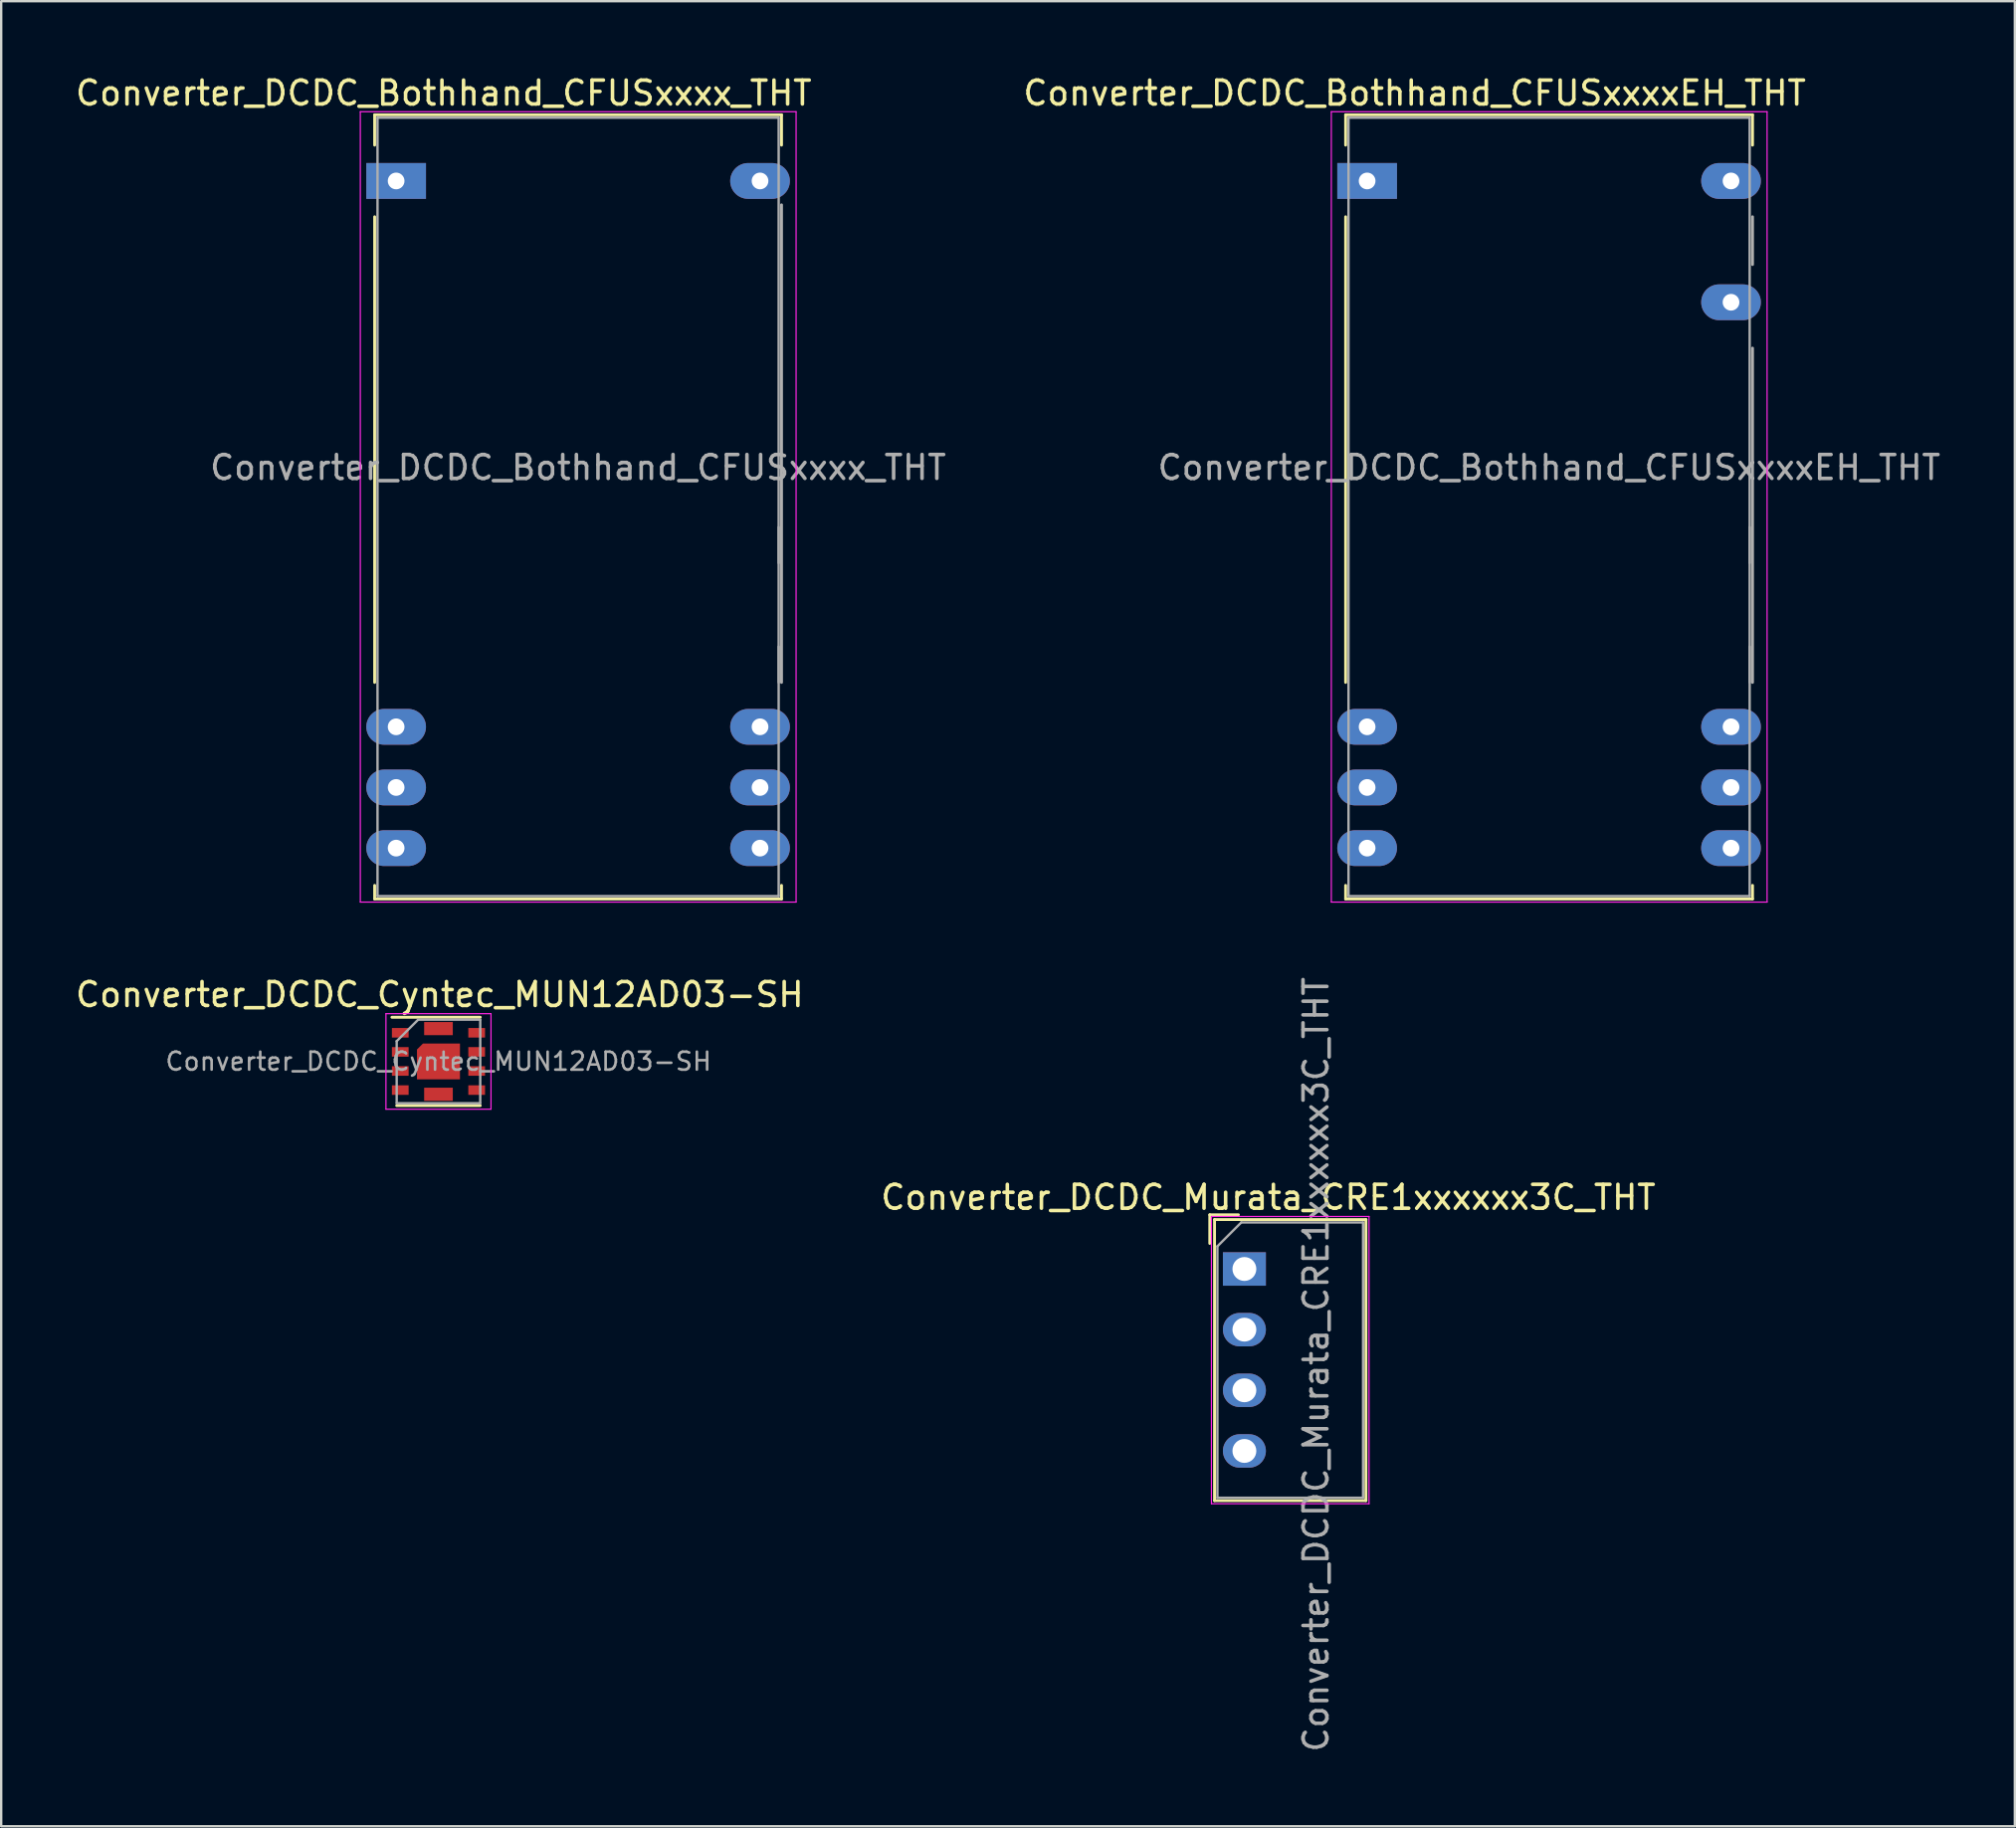
<source format=kicad_pcb>
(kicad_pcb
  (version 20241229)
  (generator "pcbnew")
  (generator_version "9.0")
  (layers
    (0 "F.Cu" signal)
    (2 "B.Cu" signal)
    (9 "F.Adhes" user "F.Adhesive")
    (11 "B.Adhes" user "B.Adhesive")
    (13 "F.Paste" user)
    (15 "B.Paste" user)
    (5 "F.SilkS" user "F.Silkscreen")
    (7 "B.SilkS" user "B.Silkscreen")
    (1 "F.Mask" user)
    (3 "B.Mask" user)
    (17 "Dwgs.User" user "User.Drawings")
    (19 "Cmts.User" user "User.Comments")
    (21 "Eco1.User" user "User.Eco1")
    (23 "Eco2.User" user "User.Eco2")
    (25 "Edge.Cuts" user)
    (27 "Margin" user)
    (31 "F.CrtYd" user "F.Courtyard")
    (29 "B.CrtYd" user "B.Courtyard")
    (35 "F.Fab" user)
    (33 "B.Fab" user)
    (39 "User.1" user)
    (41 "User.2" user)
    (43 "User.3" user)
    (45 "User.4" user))
  (footprint "Converter_DCDC_Bothhand_CFUSxxxx_THT"
    (layer "F.Cu")
    (at 13.54 4.528)
    (property "Reference" "Converter_DCDC_Bothhand_CFUSxxxx_THT" (at 1.99 -3.68 0) (layer "F.SilkS") (effects (font (size 1 1) (thickness 0.15))))
    (attr through_hole)
    (fp_line (start -0.9 -2.77) (end 16.14 -2.77) (stroke (width 0.12) (type solid)) (layer "F.SilkS"))
    (fp_line (start -0.9 -1.5) (end -0.9 -2.77) (stroke (width 0.12) (type solid)) (layer "F.SilkS"))
    (fp_line (start -0.9 1.5) (end -0.9 21) (stroke (width 0.12) (type solid)) (layer "F.SilkS"))
    (fp_line (start -0.9 29.5) (end -0.9 30.07) (stroke (width 0.12) (type solid)) (layer "F.SilkS"))
    (fp_line (start -0.9 30.07) (end 16.14 30.07) (stroke (width 0.12) (type solid)) (layer "F.SilkS"))
    (fp_line (start 16.14 -2.77) (end 16.14 -1.5) (stroke (width 0.12) (type solid)) (layer "F.SilkS"))
    (fp_line (start 16.14 30.07) (end 16.14 29.5) (stroke (width 0.12) (type solid)) (layer "F.SilkS"))
    (fp_line (start -1.5 -2.9) (end -1.5 30.2) (stroke (width 0.05) (type solid)) (layer "F.CrtYd"))
    (fp_line (start -1.5 -2.9) (end 16.75 -2.9) (stroke (width 0.05) (type solid)) (layer "F.CrtYd"))
    (fp_line (start -1.5 30.2) (end 16.75 30.2) (stroke (width 0.05) (type solid)) (layer "F.CrtYd"))
    (fp_line (start 16.75 -2.9) (end 16.75 30.2) (stroke (width 0.05) (type solid)) (layer "F.CrtYd"))
    (fp_line (start -0.78 -2.65) (end 16.02 -2.65) (stroke (width 0.1) (type solid)) (layer "F.Fab"))
    (fp_line (start -0.78 29.95) (end -0.78 -2.65) (stroke (width 0.1) (type solid)) (layer "F.Fab"))
    (fp_line (start 16.02 -2.65) (end 16.02 29.95) (stroke (width 0.1) (type solid)) (layer "F.Fab"))
    (fp_line (start 16.02 14.5) (end 16.02 16) (stroke (width 0.1) (type solid)) (layer "F.Fab"))
    (fp_line (start 16.02 19.5) (end 16.02 21) (stroke (width 0.1) (type solid)) (layer "F.Fab"))
    (fp_line (start 16.02 29.95) (end -0.78 29.95) (stroke (width 0.1) (type solid)) (layer "F.Fab"))
    (fp_line (start 16.14 1) (end 16.14 21) (stroke (width 0.12) (type solid)) (layer "F.Fab"))
    (fp_text user "${REFERENCE}" (at 7.62 12 0) (layer "F.Fab") (effects (font (size 1 1) (thickness 0.15))))
    (pad "1" thru_hole rect (at 0 0) (size 2.5 1.5) (drill 0.7) (layers "*.Cu" "*.Mask"))
    (pad "10" thru_hole oval (at 0 22.86) (size 2.5 1.5) (drill 0.7) (layers "*.Cu" "*.Mask"))
    (pad "11" thru_hole oval (at 0 25.4) (size 2.5 1.5) (drill 0.7) (layers "*.Cu" "*.Mask"))
    (pad "12" thru_hole oval (at 0 27.94) (size 2.5 1.5) (drill 0.7) (layers "*.Cu" "*.Mask"))
    (pad "13" thru_hole oval (at 15.24 27.94) (size 2.5 1.5) (drill 0.7) (layers "*.Cu" "*.Mask"))
    (pad "14" thru_hole oval (at 15.24 25.4) (size 2.5 1.5) (drill 0.7) (layers "*.Cu" "*.Mask"))
    (pad "15" thru_hole oval (at 15.24 22.86) (size 2.5 1.5) (drill 0.7) (layers "*.Cu" "*.Mask"))
    (pad "24" thru_hole oval (at 15.24 0) (size 2.5 1.5) (drill 0.7) (layers "*.Cu" "*.Mask")))
  (footprint "Converter_DCDC_Murata_CRE1xxxxxx3C_THT"
    (layer "F.Cu")
    (at 49.065 50.093)
    (property "Reference" "Converter_DCDC_Murata_CRE1xxxxxx3C_THT" (at 1 -3 0) (layer "F.SilkS") (effects (font (size 1 1) (thickness 0.15))))
    (attr through_hole)
    (fp_line (start -1.45 -2.27) (end -1.45 -1.07) (stroke (width 0.12) (type solid)) (layer "F.SilkS"))
    (fp_line (start -1.25 -2.07) (end -1.25 9.7) (stroke (width 0.12) (type solid)) (layer "F.SilkS"))
    (fp_line (start -0.25 -2.27) (end -1.45 -2.27) (stroke (width 0.12) (type solid)) (layer "F.SilkS"))
    (fp_line (start 5.09 -2.07) (end -1.25 -2.07) (stroke (width 0.12) (type solid)) (layer "F.SilkS"))
    (fp_line (start 5.09 -2.07) (end 5.09 9.7) (stroke (width 0.12) (type solid)) (layer "F.SilkS"))
    (fp_line (start 5.09 9.7) (end -1.25 9.7) (stroke (width 0.12) (type solid)) (layer "F.SilkS"))
    (fp_line (start -1.38 -2.2) (end -1.38 9.83) (stroke (width 0.05) (type solid)) (layer "F.CrtYd"))
    (fp_line (start 5.22 -2.2) (end -1.38 -2.2) (stroke (width 0.05) (type solid)) (layer "F.CrtYd"))
    (fp_line (start 5.22 -2.2) (end 5.22 9.83) (stroke (width 0.05) (type solid)) (layer "F.CrtYd"))
    (fp_line (start 5.22 9.83) (end -1.38 9.83) (stroke (width 0.05) (type solid)) (layer "F.CrtYd"))
    (fp_line (start -1.13 -0.95) (end -1.13 9.58) (stroke (width 0.1) (type solid)) (layer "F.Fab"))
    (fp_line (start -1.13 9.58) (end 4.97 9.58) (stroke (width 0.1) (type solid)) (layer "F.Fab"))
    (fp_line (start -0.13 -1.95) (end -1.13 -0.95) (stroke (width 0.1) (type solid)) (layer "F.Fab"))
    (fp_line (start -0.13 -1.95) (end 4.97 -1.95) (stroke (width 0.1) (type solid)) (layer "F.Fab"))
    (fp_line (start 4.97 -1.95) (end 4.97 9.58) (stroke (width 0.1) (type solid)) (layer "F.Fab"))
    (fp_text user "${REFERENCE}" (at 3 4 90) (layer "F.Fab") (effects (font (size 1 1) (thickness 0.15))))
    (pad "1" thru_hole rect (at 0 0 270) (size 1.4 1.8) (drill 1) (layers "*.Cu" "*.Mask"))
    (pad "2" thru_hole oval (at 0 2.54 270) (size 1.4 1.8) (drill 1) (layers "*.Cu" "*.Mask"))
    (pad "3" thru_hole oval (at 0 5.08 270) (size 1.4 1.8) (drill 1) (layers "*.Cu" "*.Mask"))
    (pad "4" thru_hole oval (at 0 7.62 270) (size 1.4 1.8) (drill 1) (layers "*.Cu" "*.Mask")))
  (footprint "Converter_DCDC_Bothhand_CFUSxxxxEH_THT"
    (layer "F.Cu")
    (at 54.205 4.528)
    (property "Reference" "Converter_DCDC_Bothhand_CFUSxxxxEH_THT" (at 1.99 -3.68 0) (layer "F.SilkS") (effects (font (size 1 1) (thickness 0.15))))
    (attr through_hole)
    (fp_line (start -0.9 -2.77) (end 16.14 -2.77) (stroke (width 0.12) (type solid)) (layer "F.SilkS"))
    (fp_line (start -0.9 -1.5) (end -0.9 -2.77) (stroke (width 0.12) (type solid)) (layer "F.SilkS"))
    (fp_line (start -0.9 1.5) (end -0.9 21) (stroke (width 0.12) (type solid)) (layer "F.SilkS"))
    (fp_line (start -0.9 29.5) (end -0.9 30.07) (stroke (width 0.12) (type solid)) (layer "F.SilkS"))
    (fp_line (start -0.9 30.07) (end 16.14 30.07) (stroke (width 0.12) (type solid)) (layer "F.SilkS"))
    (fp_line (start 16.14 -2.77) (end 16.14 -1.5) (stroke (width 0.12) (type solid)) (layer "F.SilkS"))
    (fp_line (start 16.14 30.07) (end 16.14 29.5) (stroke (width 0.12) (type solid)) (layer "F.SilkS"))
    (fp_line (start -1.5 -2.9) (end -1.5 30.2) (stroke (width 0.05) (type solid)) (layer "F.CrtYd"))
    (fp_line (start -1.5 -2.9) (end 16.75 -2.9) (stroke (width 0.05) (type solid)) (layer "F.CrtYd"))
    (fp_line (start -1.5 30.2) (end 16.75 30.2) (stroke (width 0.05) (type solid)) (layer "F.CrtYd"))
    (fp_line (start 16.75 -2.9) (end 16.75 30.2) (stroke (width 0.05) (type solid)) (layer "F.CrtYd"))
    (fp_line (start -0.78 -2.65) (end 16.02 -2.65) (stroke (width 0.1) (type solid)) (layer "F.Fab"))
    (fp_line (start -0.78 29.95) (end -0.78 -2.65) (stroke (width 0.1) (type solid)) (layer "F.Fab"))
    (fp_line (start 16.02 -2.65) (end 16.02 29.95) (stroke (width 0.1) (type solid)) (layer "F.Fab"))
    (fp_line (start 16.02 14.5) (end 16.02 16) (stroke (width 0.1) (type solid)) (layer "F.Fab"))
    (fp_line (start 16.02 19.5) (end 16.02 21) (stroke (width 0.1) (type solid)) (layer "F.Fab"))
    (fp_line (start 16.02 29.95) (end -0.78 29.95) (stroke (width 0.1) (type solid)) (layer "F.Fab"))
    (fp_line (start 16.14 1.5) (end 16.14 3.5) (stroke (width 0.12) (type solid)) (layer "F.Fab"))
    (fp_line (start 16.14 7) (end 16.14 21) (stroke (width 0.12) (type solid)) (layer "F.Fab"))
    (fp_text user "${REFERENCE}" (at 7.62 12 0) (layer "F.Fab") (effects (font (size 1 1) (thickness 0.15))))
    (pad "1" thru_hole rect (at 0 0) (size 2.5 1.5) (drill 0.7) (layers "*.Cu" "*.Mask"))
    (pad "10" thru_hole oval (at 0 22.86) (size 2.5 1.5) (drill 0.7) (layers "*.Cu" "*.Mask"))
    (pad "11" thru_hole oval (at 0 25.4) (size 2.5 1.5) (drill 0.7) (layers "*.Cu" "*.Mask"))
    (pad "12" thru_hole oval (at 0 27.94) (size 2.5 1.5) (drill 0.7) (layers "*.Cu" "*.Mask"))
    (pad "13" thru_hole oval (at 15.24 27.94) (size 2.5 1.5) (drill 0.7) (layers "*.Cu" "*.Mask"))
    (pad "14" thru_hole oval (at 15.24 25.4) (size 2.5 1.5) (drill 0.7) (layers "*.Cu" "*.Mask"))
    (pad "15" thru_hole oval (at 15.24 22.86) (size 2.5 1.5) (drill 0.7) (layers "*.Cu" "*.Mask"))
    (pad "22" thru_hole oval (at 15.24 5.08) (size 2.5 1.5) (drill 0.7) (layers "*.Cu" "*.Mask"))
    (pad "24" thru_hole oval (at 15.24 0) (size 2.5 1.5) (drill 0.7) (layers "*.Cu" "*.Mask")))
  (footprint "Converter_DCDC_Cyntec_MUN12AD03-SH"
    (layer "F.Cu")
    (at 15.313 41.401)
    (property "Reference" "Converter_DCDC_Cyntec_MUN12AD03-SH" (at 0.05 -2.8 0) (layer "F.SilkS") (effects (font (size 1 1) (thickness 0.15))))
    (attr smd)
    (fp_line (start -1.75 1.85) (end 1.75 1.85) (stroke (width 0.12) (type solid)) (layer "F.SilkS"))
    (fp_line (start 1.75 -1.85) (end -1.95 -1.85) (stroke (width 0.12) (type solid)) (layer "F.SilkS"))
    (fp_line (start -2.2 -2) (end -2.2 2) (stroke (width 0.05) (type solid)) (layer "F.CrtYd"))
    (fp_line (start -2.2 2) (end 2.2 2) (stroke (width 0.05) (type solid)) (layer "F.CrtYd"))
    (fp_line (start 2.2 -2) (end -2.2 -2) (stroke (width 0.05) (type solid)) (layer "F.CrtYd"))
    (fp_line (start 2.2 2) (end 2.2 -2) (stroke (width 0.05) (type solid)) (layer "F.CrtYd"))
    (fp_line (start -1.75 -0.85) (end -1.75 1.75) (stroke (width 0.1) (type solid)) (layer "F.Fab"))
    (fp_line (start -1.75 1.75) (end 1.75 1.75) (stroke (width 0.1) (type solid)) (layer "F.Fab"))
    (fp_line (start -0.85 -1.75) (end -1.75 -0.85) (stroke (width 0.1) (type solid)) (layer "F.Fab"))
    (fp_line (start 1.75 -1.75) (end -0.85 -1.75) (stroke (width 0.1) (type solid)) (layer "F.Fab"))
    (fp_line (start 1.75 1.75) (end 1.75 -1.75) (stroke (width 0.1) (type solid)) (layer "F.Fab"))
    (fp_text user "${REFERENCE}" (at 0 0 0) (layer "F.Fab") (effects (font (size 0.75 0.75) (thickness 0.11))))
    (pad "" smd custom (at -0.45 -0.375) (size 0.75 0.1) (layers "F.Paste") (options (anchor rect)) (primitives (gr_poly (pts (xy 0.375 -0.3) (xy 0.375 0.3) (xy -0.375 0.3) (xy -0.375 -0.05) (xy -0.125 -0.3)) (width 0) (fill yes))))
    (pad "" smd rect (at -0.45 0.375) (size 0.75 0.6) (layers "F.Paste"))
    (pad "" smd rect (at -0.3 -1.375) (size 0.45 0.55) (layers "F.Paste"))
    (pad "" smd rect (at -0.3 1.375) (size 0.45 0.55) (layers "F.Paste"))
    (pad "" smd rect (at 0.3 -1.375) (size 0.45 0.55) (layers "F.Paste"))
    (pad "" smd rect (at 0.3 1.375) (size 0.45 0.55) (layers "F.Paste"))
    (pad "" smd rect (at 0.45 -0.375) (size 0.75 0.6) (layers "F.Paste"))
    (pad "" smd rect (at 0.45 0.375) (size 0.75 0.6) (layers "F.Paste"))
    (pad "1" smd rect (at -1.6 -1.2) (size 0.7 0.4) (layers "F.Cu" "F.Mask" "F.Paste"))
    (pad "2" smd rect (at -1.6 -0.4) (size 0.7 0.4) (layers "F.Cu" "F.Mask" "F.Paste"))
    (pad "3" smd rect (at -1.6 0.4) (size 0.7 0.4) (layers "F.Cu" "F.Mask" "F.Paste"))
    (pad "4" smd rect (at -1.6 1.2) (size 0.7 0.4) (layers "F.Cu" "F.Mask" "F.Paste"))
    (pad "5" smd rect (at 1.6 1.2) (size 0.7 0.4) (layers "F.Cu" "F.Mask" "F.Paste"))
    (pad "6" smd rect (at 1.6 0.4) (size 0.7 0.4) (layers "F.Cu" "F.Mask" "F.Paste"))
    (pad "7" smd rect (at 1.6 -0.4) (size 0.7 0.4) (layers "F.Cu" "F.Mask" "F.Paste"))
    (pad "8" smd rect (at 1.6 -1.2) (size 0.7 0.4) (layers "F.Cu" "F.Mask" "F.Paste"))
    (pad "9" smd rect (at 0 1.375) (size 1.2 0.55) (layers "F.Cu" "F.Mask"))
    (pad "10" smd custom (at 0 0) (size 1.8 1) (layers "F.Cu" "F.Mask") (options (anchor rect)) (primitives (gr_poly (pts (xy -0.9 -0.5) (xy -0.65 -0.75) (xy 0.9 -0.75) (xy 0.9 0.75) (xy -0.9 0.75)) (width 0) (fill yes))))
    (pad "11" smd rect (at 0 -1.375) (size 1.2 0.55) (layers "F.Cu" "F.Mask")))
  (gr_rect
    (start -3 -3)
    (end 81.331 73.432)
    (stroke (width 0.1) (type default))
    (fill no)
    (layer "Edge.Cuts")))
</source>
